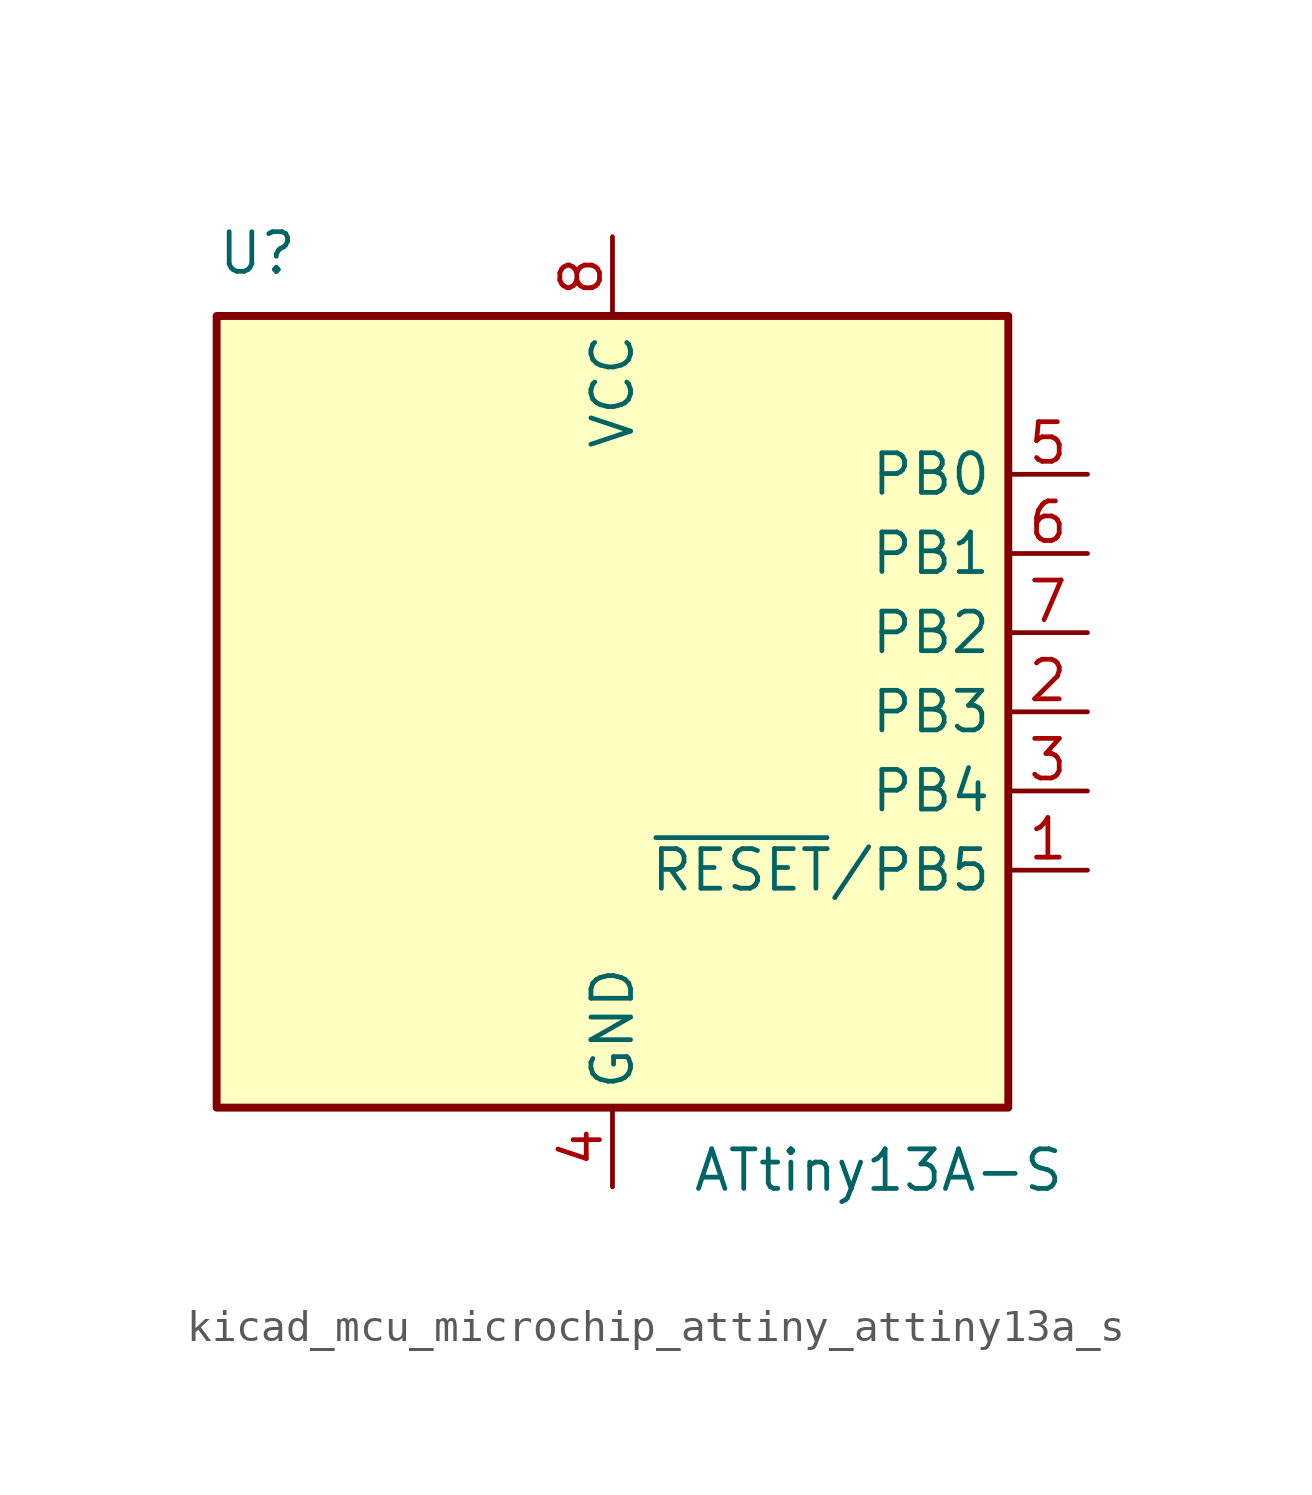
<source format=kicad_sym>
(kicad_symbol_lib
  (version 20220914)
  (generator kicad_symbol_editor)
  (symbol "kicad_mcu_microchip_attiny_attiny13a_s"
    (property "Reference" "U"
      (at -12.7 13.97 0)
      (effects (font (size 1.27 1.27)) (justify left bottom)))
    (property "Value" "ATtiny13A-S"
      (at 2.54 -13.97 0)
      (effects (font (size 1.27 1.27)) (justify left top)))
    (symbol "kicad_mcu_microchip_attiny_attiny13a_s_0_1"
      (rectangle (start -12.7 -12.7) (end 12.7 12.7) (stroke (width 0.254) (type default)) (fill (type background))))
    (symbol "kicad_mcu_microchip_attiny_attiny13a_s_1_1"
      (pin bidirectional line (at 15.24 -5.08 180) (length 2.54) (name "~{RESET}/PB5" (effects (font (size 1.27 1.27)))) (number "1" (effects (font (size 1.27 1.27)))))
      (pin bidirectional line (at 15.24 0 180) (length 2.54) (name "PB3" (effects (font (size 1.27 1.27)))) (number "2" (effects (font (size 1.27 1.27)))))
      (pin bidirectional line (at 15.24 -2.54 180) (length 2.54) (name "PB4" (effects (font (size 1.27 1.27)))) (number "3" (effects (font (size 1.27 1.27)))))
      (pin power_in line (at 0 -15.24 90) (length 2.54) (name "GND" (effects (font (size 1.27 1.27)))) (number "4" (effects (font (size 1.27 1.27)))))
      (pin bidirectional line (at 15.24 7.62 180) (length 2.54) (name "PB0" (effects (font (size 1.27 1.27)))) (number "5" (effects (font (size 1.27 1.27)))))
      (pin bidirectional line (at 15.24 5.08 180) (length 2.54) (name "PB1" (effects (font (size 1.27 1.27)))) (number "6" (effects (font (size 1.27 1.27)))))
      (pin bidirectional line (at 15.24 2.54 180) (length 2.54) (name "PB2" (effects (font (size 1.27 1.27)))) (number "7" (effects (font (size 1.27 1.27)))))
      (pin power_in line (at 0 15.24 270) (length 2.54) (name "VCC" (effects (font (size 1.27 1.27)))) (number "8" (effects (font (size 1.27 1.27))))))))
</source>
